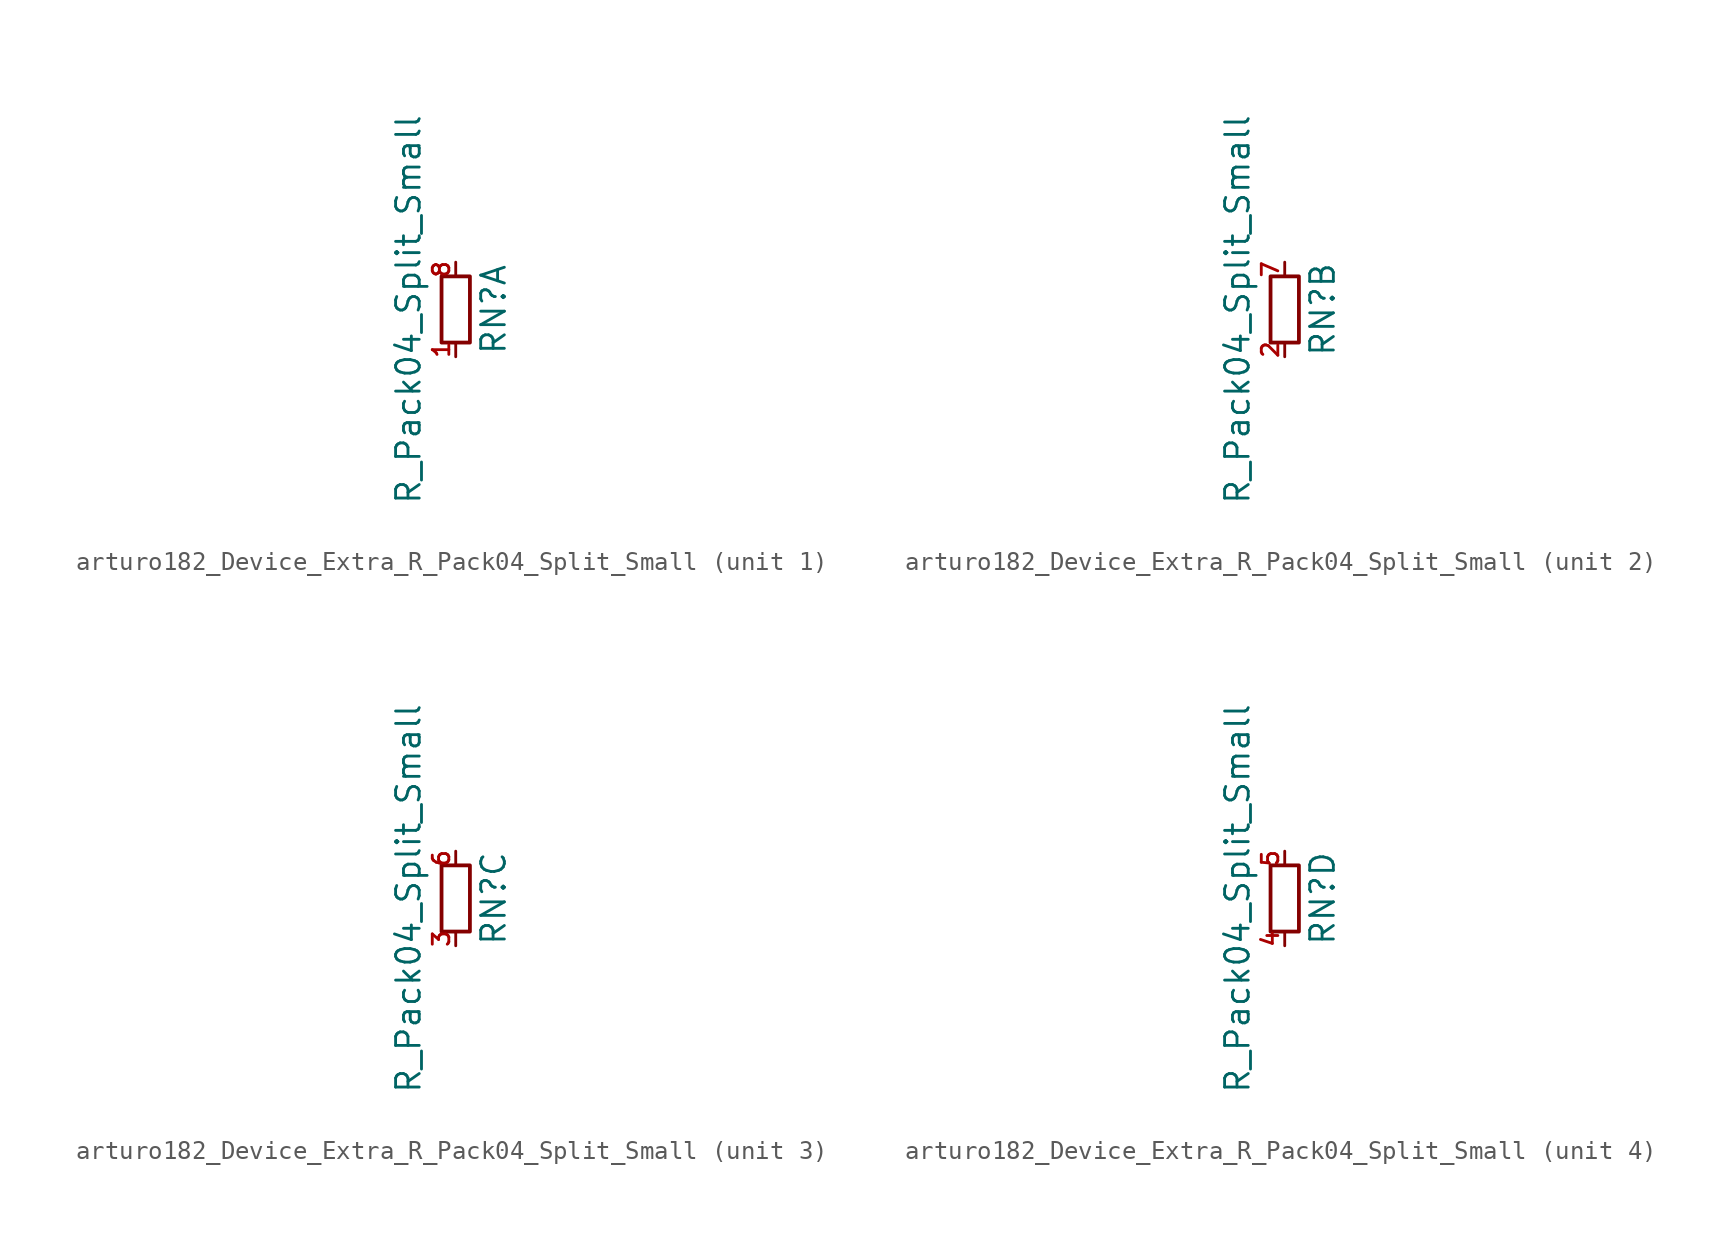
<source format=kicad_sym>
(kicad_symbol_lib
  (version 20220914)
  (generator kicad_symbol_editor)
  (symbol "arturo182_Device_Extra_R_Pack04_Split_Small"
    (pin_names
      (offset 0) hide)
    (property "Reference" "RN"
      (at 2.032 0 90)
      (effects (font (size 1.27 1.27))))
    (property "Value" "R_Pack04_Split_Small"
      (at -2.54 0 90)
      (effects (font (size 1.27 1.27))))
    (symbol "arturo182_Device_Extra_R_Pack04_Split_Small_0_1"
      (rectangle (start -0.762 1.778) (end 0.762 -1.778) (stroke (width 0.203) (type default)) (fill (type none))))
    (symbol "arturo182_Device_Extra_R_Pack04_Split_Small_1_1"
      (pin passive line (at 0 -2.54 90) (length 0.762) (name "R1.1" (effects (font (size 1.27 1.27)))) (number "1" (effects (font (size 0.889 0.889)))))
      (pin passive line (at 0 2.54 270) (length 0.762) (name "R1.2" (effects (font (size 1.27 1.27)))) (number "8" (effects (font (size 0.889 0.889))))))
    (symbol "arturo182_Device_Extra_R_Pack04_Split_Small_2_1"
      (pin passive line (at 0 -2.54 90) (length 0.762) (name "R1.1" (effects (font (size 1.27 1.27)))) (number "2" (effects (font (size 0.889 0.889)))))
      (pin passive line (at 0 2.54 270) (length 0.762) (name "R1.2" (effects (font (size 1.27 1.27)))) (number "7" (effects (font (size 0.889 0.889))))))
    (symbol "arturo182_Device_Extra_R_Pack04_Split_Small_3_1"
      (pin passive line (at 0 -2.54 90) (length 0.762) (name "R1.1" (effects (font (size 1.27 1.27)))) (number "3" (effects (font (size 0.889 0.889)))))
      (pin passive line (at 0 2.54 270) (length 0.762) (name "R1.2" (effects (font (size 1.27 1.27)))) (number "6" (effects (font (size 0.889 0.889))))))
    (symbol "arturo182_Device_Extra_R_Pack04_Split_Small_4_1"
      (pin passive line (at 0 -2.54 90) (length 0.762) (name "R1.1" (effects (font (size 1.27 1.27)))) (number "4" (effects (font (size 0.889 0.889)))))
      (pin passive line (at 0 2.54 270) (length 0.762) (name "R1.2" (effects (font (size 1.27 1.27)))) (number "5" (effects (font (size 0.889 0.889))))))))
</source>
